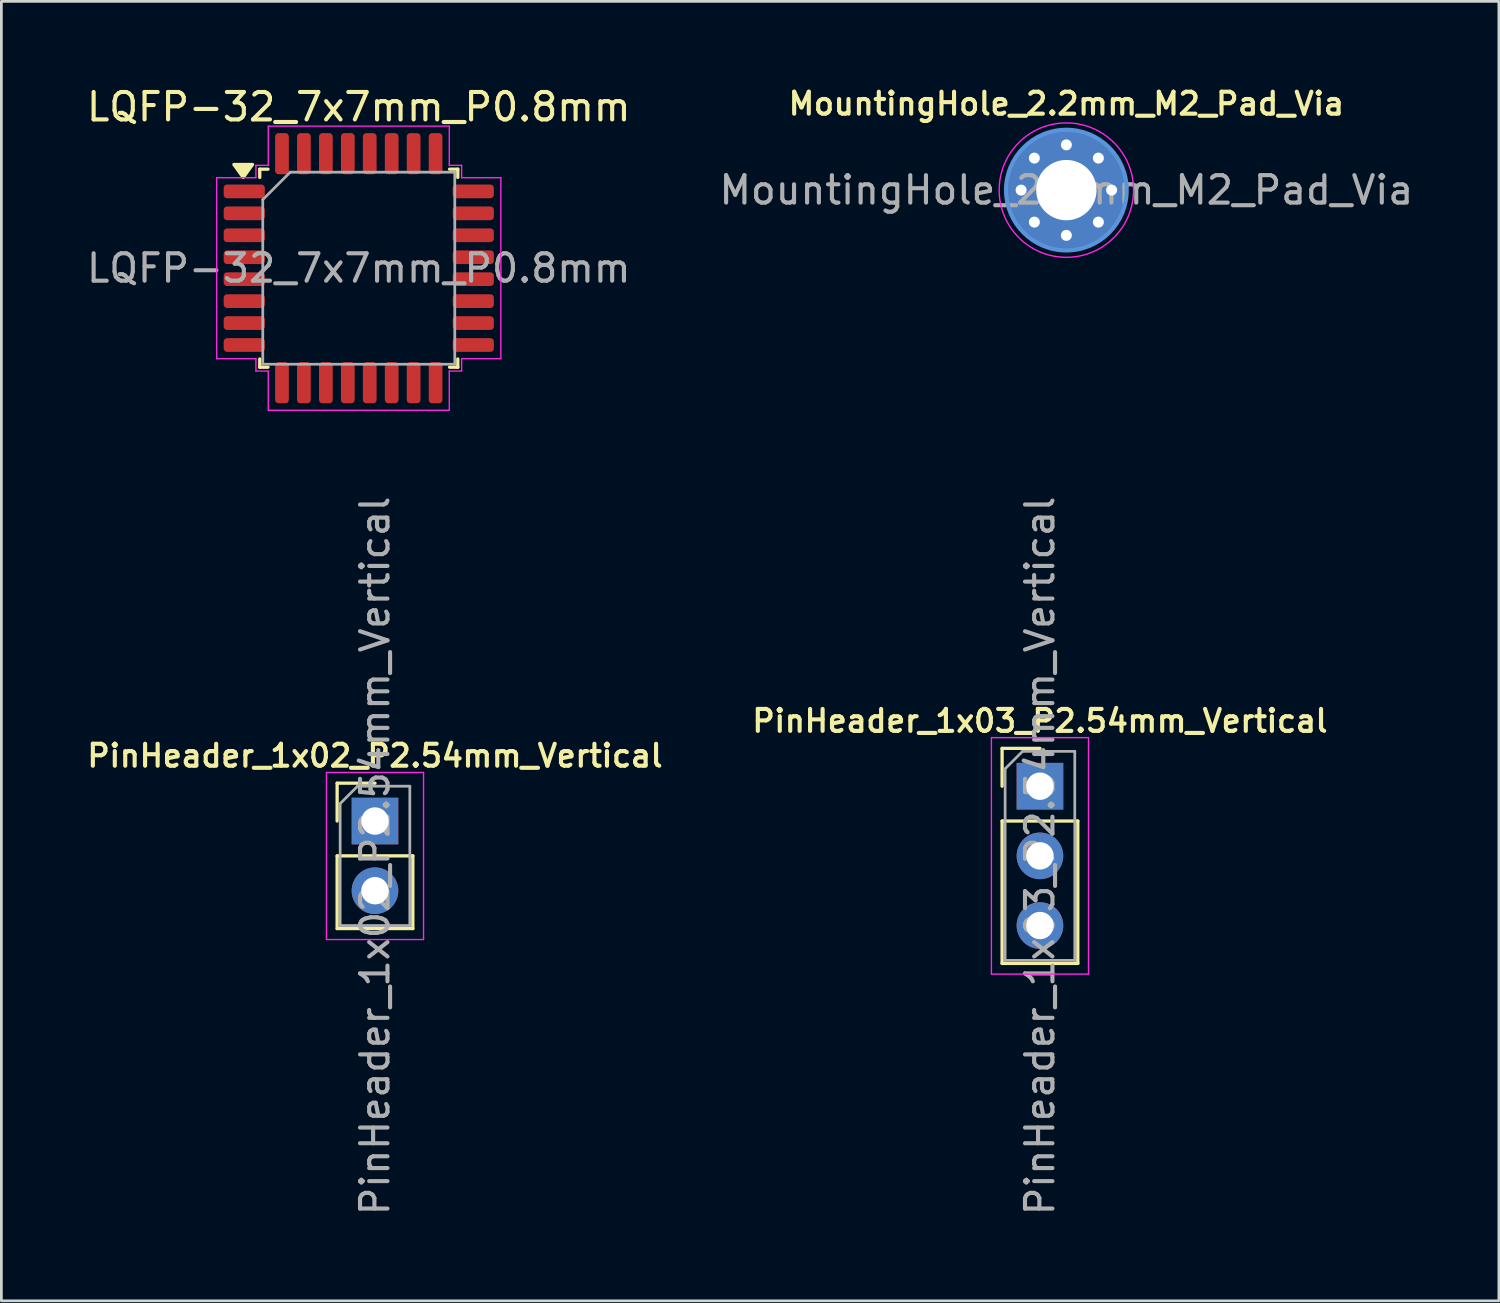
<source format=kicad_pcb>
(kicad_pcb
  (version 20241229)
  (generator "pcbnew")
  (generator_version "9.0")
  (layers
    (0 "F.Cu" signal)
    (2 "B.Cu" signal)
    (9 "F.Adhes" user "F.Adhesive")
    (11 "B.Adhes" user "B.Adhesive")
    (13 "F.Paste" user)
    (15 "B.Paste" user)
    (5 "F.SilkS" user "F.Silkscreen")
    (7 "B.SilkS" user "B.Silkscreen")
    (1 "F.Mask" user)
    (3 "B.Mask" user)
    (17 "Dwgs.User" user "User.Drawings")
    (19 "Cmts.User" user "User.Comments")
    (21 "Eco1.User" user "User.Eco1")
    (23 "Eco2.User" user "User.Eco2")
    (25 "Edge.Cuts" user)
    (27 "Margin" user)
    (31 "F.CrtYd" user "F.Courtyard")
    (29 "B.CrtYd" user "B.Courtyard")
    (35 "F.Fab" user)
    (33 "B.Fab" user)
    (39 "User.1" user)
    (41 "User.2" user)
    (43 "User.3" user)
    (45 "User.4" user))
  (footprint "PinHeader_1x03_P2.54mm_Vertical"
    (layer "F.Cu")
    (at 34.864 25.613)
    (property "Reference" "PinHeader_1x03_P2.54mm_Vertical" (at 0 -2.38 0) (layer "F.SilkS") (effects (font (size 0.8 0.8) (thickness 0.15))))
    (attr through_hole exclude_from_bom dnp)
    (fp_line (start -1.38 -1.38) (end 0 -1.38) (stroke (width 0.12) (type solid)) (layer "F.SilkS"))
    (fp_line (start -1.38 0) (end -1.38 -1.38) (stroke (width 0.12) (type solid)) (layer "F.SilkS"))
    (fp_line (start -1.38 1.27) (end -1.38 6.46) (stroke (width 0.12) (type solid)) (layer "F.SilkS"))
    (fp_line (start -1.38 1.27) (end 1.38 1.27) (stroke (width 0.12) (type solid)) (layer "F.SilkS"))
    (fp_line (start -1.38 6.46) (end 1.38 6.46) (stroke (width 0.12) (type solid)) (layer "F.SilkS"))
    (fp_line (start 1.38 1.27) (end 1.38 6.46) (stroke (width 0.12) (type solid)) (layer "F.SilkS"))
    (fp_line (start -1.77 -1.77) (end -1.77 6.85) (stroke (width 0.05) (type solid)) (layer "F.CrtYd"))
    (fp_line (start -1.77 6.85) (end 1.77 6.85) (stroke (width 0.05) (type solid)) (layer "F.CrtYd"))
    (fp_line (start 1.77 -1.77) (end -1.77 -1.77) (stroke (width 0.05) (type solid)) (layer "F.CrtYd"))
    (fp_line (start 1.77 6.85) (end 1.77 -1.77) (stroke (width 0.05) (type solid)) (layer "F.CrtYd"))
    (fp_line (start -1.27 -0.635) (end -0.635 -1.27) (stroke (width 0.1) (type solid)) (layer "F.Fab"))
    (fp_line (start -1.27 6.35) (end -1.27 -0.635) (stroke (width 0.1) (type solid)) (layer "F.Fab"))
    (fp_line (start -0.635 -1.27) (end 1.27 -1.27) (stroke (width 0.1) (type solid)) (layer "F.Fab"))
    (fp_line (start 1.27 -1.27) (end 1.27 6.35) (stroke (width 0.1) (type solid)) (layer "F.Fab"))
    (fp_line (start 1.27 6.35) (end -1.27 6.35) (stroke (width 0.1) (type solid)) (layer "F.Fab"))
    (fp_text user "${REFERENCE}" (at 0 2.54 90) (layer "F.Fab") (effects (font (size 1 1) (thickness 0.15))))
    (pad "1" thru_hole rect (at 0 0) (size 1.7 1.7) (drill 1) (layers "*.Cu" "*.Mask"))
    (pad "2" thru_hole circle (at 0 2.54) (size 1.7 1.7) (drill 1) (layers "*.Cu" "*.Mask"))
    (pad "3" thru_hole circle (at 0 5.08) (size 1.7 1.7) (drill 1) (layers "*.Cu" "*.Mask")))
  (footprint "MountingHole_2.2mm_M2_Pad_Via"
    (layer "F.Cu")
    (at 35.827 3.881)
    (property "Reference" "MountingHole_2.2mm_M2_Pad_Via" (at 0 -3.15 0) (layer "F.SilkS") (effects (font (size 0.8 0.8) (thickness 0.15))))
    (attr exclude_from_pos_files exclude_from_bom)
    (fp_circle (center 0 0) (end 2.2 0) (stroke (width 0.15) (type solid)) (fill no) (layer "Cmts.User"))
    (fp_circle (center 0 0) (end 2.45 0) (stroke (width 0.05) (type solid)) (fill no) (layer "F.CrtYd"))
    (fp_text user "${REFERENCE}" (at 0 0 0) (layer "F.Fab") (effects (font (size 1 1) (thickness 0.15))))
    (pad "1" thru_hole circle (at -1.65 0) (size 0.7 0.7) (drill 0.4) (layers "*.Cu" "*.Mask"))
    (pad "1" thru_hole circle (at -1.167 -1.167) (size 0.7 0.7) (drill 0.4) (layers "*.Cu" "*.Mask"))
    (pad "1" thru_hole circle (at -1.167 1.167) (size 0.7 0.7) (drill 0.4) (layers "*.Cu" "*.Mask"))
    (pad "1" thru_hole circle (at 0 -1.65) (size 0.7 0.7) (drill 0.4) (layers "*.Cu" "*.Mask"))
    (pad "1" thru_hole circle (at 0 0) (size 4.4 4.4) (drill 2.2) (layers "*.Cu" "*.Mask"))
    (pad "1" thru_hole circle (at 0 1.65) (size 0.7 0.7) (drill 0.4) (layers "*.Cu" "*.Mask"))
    (pad "1" thru_hole circle (at 1.167 -1.167) (size 0.7 0.7) (drill 0.4) (layers "*.Cu" "*.Mask"))
    (pad "1" thru_hole circle (at 1.167 1.167) (size 0.7 0.7) (drill 0.4) (layers "*.Cu" "*.Mask"))
    (pad "1" thru_hole circle (at 1.65 0) (size 0.7 0.7) (drill 0.4) (layers "*.Cu" "*.Mask")))
  (footprint "PinHeader_1x02_P2.54mm_Vertical"
    (layer "F.Cu")
    (at 10.621 26.883)
    (property "Reference" "PinHeader_1x02_P2.54mm_Vertical" (at 0 -2.38 0) (layer "F.SilkS") (effects (font (size 0.8 0.8) (thickness 0.15))))
    (attr through_hole exclude_from_bom dnp)
    (fp_line (start -1.38 -1.38) (end 0 -1.38) (stroke (width 0.12) (type solid)) (layer "F.SilkS"))
    (fp_line (start -1.38 0) (end -1.38 -1.38) (stroke (width 0.12) (type solid)) (layer "F.SilkS"))
    (fp_line (start -1.38 1.27) (end -1.38 3.92) (stroke (width 0.12) (type solid)) (layer "F.SilkS"))
    (fp_line (start -1.38 1.27) (end 1.38 1.27) (stroke (width 0.12) (type solid)) (layer "F.SilkS"))
    (fp_line (start -1.38 3.92) (end 1.38 3.92) (stroke (width 0.12) (type solid)) (layer "F.SilkS"))
    (fp_line (start 1.38 1.27) (end 1.38 3.92) (stroke (width 0.12) (type solid)) (layer "F.SilkS"))
    (fp_line (start -1.77 -1.77) (end -1.77 4.32) (stroke (width 0.05) (type solid)) (layer "F.CrtYd"))
    (fp_line (start -1.77 4.32) (end 1.77 4.32) (stroke (width 0.05) (type solid)) (layer "F.CrtYd"))
    (fp_line (start 1.77 -1.77) (end -1.77 -1.77) (stroke (width 0.05) (type solid)) (layer "F.CrtYd"))
    (fp_line (start 1.77 4.32) (end 1.77 -1.77) (stroke (width 0.05) (type solid)) (layer "F.CrtYd"))
    (fp_line (start -1.27 -0.635) (end -0.635 -1.27) (stroke (width 0.1) (type solid)) (layer "F.Fab"))
    (fp_line (start -1.27 3.81) (end -1.27 -0.635) (stroke (width 0.1) (type solid)) (layer "F.Fab"))
    (fp_line (start -0.635 -1.27) (end 1.27 -1.27) (stroke (width 0.1) (type solid)) (layer "F.Fab"))
    (fp_line (start 1.27 -1.27) (end 1.27 3.81) (stroke (width 0.1) (type solid)) (layer "F.Fab"))
    (fp_line (start 1.27 3.81) (end -1.27 3.81) (stroke (width 0.1) (type solid)) (layer "F.Fab"))
    (fp_text user "${REFERENCE}" (at 0 1.27 90) (layer "F.Fab") (effects (font (size 1 1) (thickness 0.15))))
    (pad "1" thru_hole rect (at 0 0) (size 1.7 1.7) (drill 1) (layers "*.Cu" "*.Mask"))
    (pad "2" thru_hole circle (at 0 2.54) (size 1.7 1.7) (drill 1) (layers "*.Cu" "*.Mask")))
  (footprint "LQFP-32_7x7mm_P0.8mm"
    (layer "F.Cu")
    (at 10.03 6.728)
    (property "Reference" "LQFP-32_7x7mm_P0.8mm" (at 0 -5.88 0) (layer "F.SilkS") (effects (font (size 1 1) (thickness 0.15))))
    (attr smd)
    (fp_line (start -3.61 -3.61) (end -3.61 -3.31) (stroke (width 0.12) (type solid)) (layer "F.SilkS"))
    (fp_line (start -3.61 3.61) (end -3.61 3.31) (stroke (width 0.12) (type solid)) (layer "F.SilkS"))
    (fp_line (start -3.31 -3.61) (end -3.61 -3.61) (stroke (width 0.12) (type solid)) (layer "F.SilkS"))
    (fp_line (start -3.31 3.61) (end -3.61 3.61) (stroke (width 0.12) (type solid)) (layer "F.SilkS"))
    (fp_line (start 3.31 -3.61) (end 3.61 -3.61) (stroke (width 0.12) (type solid)) (layer "F.SilkS"))
    (fp_line (start 3.31 3.61) (end 3.61 3.61) (stroke (width 0.12) (type solid)) (layer "F.SilkS"))
    (fp_line (start 3.61 -3.61) (end 3.61 -3.31) (stroke (width 0.12) (type solid)) (layer "F.SilkS"))
    (fp_line (start 3.61 3.61) (end 3.61 3.31) (stroke (width 0.12) (type solid)) (layer "F.SilkS"))
    (fp_poly (pts (xy -4.213 -3.31) (xy -4.553 -3.78) (xy -3.873 -3.78)) (stroke (width 0.12) (type solid)) (fill yes) (layer "F.SilkS"))
    (fp_line (start -5.18 -3.3) (end -3.75 -3.3) (stroke (width 0.05) (type solid)) (layer "F.CrtYd"))
    (fp_line (start -5.18 3.3) (end -5.18 -3.3) (stroke (width 0.05) (type solid)) (layer "F.CrtYd"))
    (fp_line (start -3.75 -3.75) (end -3.3 -3.75) (stroke (width 0.05) (type solid)) (layer "F.CrtYd"))
    (fp_line (start -3.75 -3.3) (end -3.75 -3.75) (stroke (width 0.05) (type solid)) (layer "F.CrtYd"))
    (fp_line (start -3.75 3.3) (end -5.18 3.3) (stroke (width 0.05) (type solid)) (layer "F.CrtYd"))
    (fp_line (start -3.75 3.75) (end -3.75 3.3) (stroke (width 0.05) (type solid)) (layer "F.CrtYd"))
    (fp_line (start -3.3 -5.18) (end 3.3 -5.18) (stroke (width 0.05) (type solid)) (layer "F.CrtYd"))
    (fp_line (start -3.3 -3.75) (end -3.3 -5.18) (stroke (width 0.05) (type solid)) (layer "F.CrtYd"))
    (fp_line (start -3.3 3.75) (end -3.75 3.75) (stroke (width 0.05) (type solid)) (layer "F.CrtYd"))
    (fp_line (start -3.3 5.18) (end -3.3 3.75) (stroke (width 0.05) (type solid)) (layer "F.CrtYd"))
    (fp_line (start 3.3 -5.18) (end 3.3 -3.75) (stroke (width 0.05) (type solid)) (layer "F.CrtYd"))
    (fp_line (start 3.3 -3.75) (end 3.75 -3.75) (stroke (width 0.05) (type solid)) (layer "F.CrtYd"))
    (fp_line (start 3.3 3.75) (end 3.3 5.18) (stroke (width 0.05) (type solid)) (layer "F.CrtYd"))
    (fp_line (start 3.3 5.18) (end -3.3 5.18) (stroke (width 0.05) (type solid)) (layer "F.CrtYd"))
    (fp_line (start 3.75 -3.75) (end 3.75 -3.3) (stroke (width 0.05) (type solid)) (layer "F.CrtYd"))
    (fp_line (start 3.75 -3.3) (end 5.18 -3.3) (stroke (width 0.05) (type solid)) (layer "F.CrtYd"))
    (fp_line (start 3.75 3.3) (end 3.75 3.75) (stroke (width 0.05) (type solid)) (layer "F.CrtYd"))
    (fp_line (start 3.75 3.75) (end 3.3 3.75) (stroke (width 0.05) (type solid)) (layer "F.CrtYd"))
    (fp_line (start 5.18 -3.3) (end 5.18 3.3) (stroke (width 0.05) (type solid)) (layer "F.CrtYd"))
    (fp_line (start 5.18 3.3) (end 3.75 3.3) (stroke (width 0.05) (type solid)) (layer "F.CrtYd"))
    (fp_line (start -3.5 -2.5) (end -2.5 -3.5) (stroke (width 0.1) (type solid)) (layer "F.Fab"))
    (fp_line (start -3.5 3.5) (end -3.5 -2.5) (stroke (width 0.1) (type solid)) (layer "F.Fab"))
    (fp_line (start -2.5 -3.5) (end 3.5 -3.5) (stroke (width 0.1) (type solid)) (layer "F.Fab"))
    (fp_line (start 3.5 -3.5) (end 3.5 3.5) (stroke (width 0.1) (type solid)) (layer "F.Fab"))
    (fp_line (start 3.5 3.5) (end -3.5 3.5) (stroke (width 0.1) (type solid)) (layer "F.Fab"))
    (fp_text user "${REFERENCE}" (at 0 0 0) (layer "F.Fab") (effects (font (size 1 1) (thickness 0.15))))
    (pad "1" smd roundrect (at -4.175 -2.8) (size 1.5 0.5) (layers "F.Cu" "F.Mask" "F.Paste") (roundrect_rratio 0.25))
    (pad "2" smd roundrect (at -4.175 -2) (size 1.5 0.5) (layers "F.Cu" "F.Mask" "F.Paste") (roundrect_rratio 0.25))
    (pad "3" smd roundrect (at -4.175 -1.2) (size 1.5 0.5) (layers "F.Cu" "F.Mask" "F.Paste") (roundrect_rratio 0.25))
    (pad "4" smd roundrect (at -4.175 -0.4) (size 1.5 0.5) (layers "F.Cu" "F.Mask" "F.Paste") (roundrect_rratio 0.25))
    (pad "5" smd roundrect (at -4.175 0.4) (size 1.5 0.5) (layers "F.Cu" "F.Mask" "F.Paste") (roundrect_rratio 0.25))
    (pad "6" smd roundrect (at -4.175 1.2) (size 1.5 0.5) (layers "F.Cu" "F.Mask" "F.Paste") (roundrect_rratio 0.25))
    (pad "7" smd roundrect (at -4.175 2) (size 1.5 0.5) (layers "F.Cu" "F.Mask" "F.Paste") (roundrect_rratio 0.25))
    (pad "8" smd roundrect (at -4.175 2.8) (size 1.5 0.5) (layers "F.Cu" "F.Mask" "F.Paste") (roundrect_rratio 0.25))
    (pad "9" smd roundrect (at -2.8 4.175) (size 0.5 1.5) (layers "F.Cu" "F.Mask" "F.Paste") (roundrect_rratio 0.25))
    (pad "10" smd roundrect (at -2 4.175) (size 0.5 1.5) (layers "F.Cu" "F.Mask" "F.Paste") (roundrect_rratio 0.25))
    (pad "11" smd roundrect (at -1.2 4.175) (size 0.5 1.5) (layers "F.Cu" "F.Mask" "F.Paste") (roundrect_rratio 0.25))
    (pad "12" smd roundrect (at -0.4 4.175) (size 0.5 1.5) (layers "F.Cu" "F.Mask" "F.Paste") (roundrect_rratio 0.25))
    (pad "13" smd roundrect (at 0.4 4.175) (size 0.5 1.5) (layers "F.Cu" "F.Mask" "F.Paste") (roundrect_rratio 0.25))
    (pad "14" smd roundrect (at 1.2 4.175) (size 0.5 1.5) (layers "F.Cu" "F.Mask" "F.Paste") (roundrect_rratio 0.25))
    (pad "15" smd roundrect (at 2 4.175) (size 0.5 1.5) (layers "F.Cu" "F.Mask" "F.Paste") (roundrect_rratio 0.25))
    (pad "16" smd roundrect (at 2.8 4.175) (size 0.5 1.5) (layers "F.Cu" "F.Mask" "F.Paste") (roundrect_rratio 0.25))
    (pad "17" smd roundrect (at 4.175 2.8) (size 1.5 0.5) (layers "F.Cu" "F.Mask" "F.Paste") (roundrect_rratio 0.25))
    (pad "18" smd roundrect (at 4.175 2) (size 1.5 0.5) (layers "F.Cu" "F.Mask" "F.Paste") (roundrect_rratio 0.25))
    (pad "19" smd roundrect (at 4.175 1.2) (size 1.5 0.5) (layers "F.Cu" "F.Mask" "F.Paste") (roundrect_rratio 0.25))
    (pad "20" smd roundrect (at 4.175 0.4) (size 1.5 0.5) (layers "F.Cu" "F.Mask" "F.Paste") (roundrect_rratio 0.25))
    (pad "21" smd roundrect (at 4.175 -0.4) (size 1.5 0.5) (layers "F.Cu" "F.Mask" "F.Paste") (roundrect_rratio 0.25))
    (pad "22" smd roundrect (at 4.175 -1.2) (size 1.5 0.5) (layers "F.Cu" "F.Mask" "F.Paste") (roundrect_rratio 0.25))
    (pad "23" smd roundrect (at 4.175 -2) (size 1.5 0.5) (layers "F.Cu" "F.Mask" "F.Paste") (roundrect_rratio 0.25))
    (pad "24" smd roundrect (at 4.175 -2.8) (size 1.5 0.5) (layers "F.Cu" "F.Mask" "F.Paste") (roundrect_rratio 0.25))
    (pad "25" smd roundrect (at 2.8 -4.175) (size 0.5 1.5) (layers "F.Cu" "F.Mask" "F.Paste") (roundrect_rratio 0.25))
    (pad "26" smd roundrect (at 2 -4.175) (size 0.5 1.5) (layers "F.Cu" "F.Mask" "F.Paste") (roundrect_rratio 0.25))
    (pad "27" smd roundrect (at 1.2 -4.175) (size 0.5 1.5) (layers "F.Cu" "F.Mask" "F.Paste") (roundrect_rratio 0.25))
    (pad "28" smd roundrect (at 0.4 -4.175) (size 0.5 1.5) (layers "F.Cu" "F.Mask" "F.Paste") (roundrect_rratio 0.25))
    (pad "29" smd roundrect (at -0.4 -4.175) (size 0.5 1.5) (layers "F.Cu" "F.Mask" "F.Paste") (roundrect_rratio 0.25))
    (pad "30" smd roundrect (at -1.2 -4.175) (size 0.5 1.5) (layers "F.Cu" "F.Mask" "F.Paste") (roundrect_rratio 0.25))
    (pad "31" smd roundrect (at -2 -4.175) (size 0.5 1.5) (layers "F.Cu" "F.Mask" "F.Paste") (roundrect_rratio 0.25))
    (pad "32" smd roundrect (at -2.8 -4.175) (size 0.5 1.5) (layers "F.Cu" "F.Mask" "F.Paste") (roundrect_rratio 0.25)))
  (gr_rect
    (start -3 -3)
    (end 51.595 44.374)
    (stroke (width 0.1) (type default))
    (fill no)
    (layer "Edge.Cuts")))
</source>
